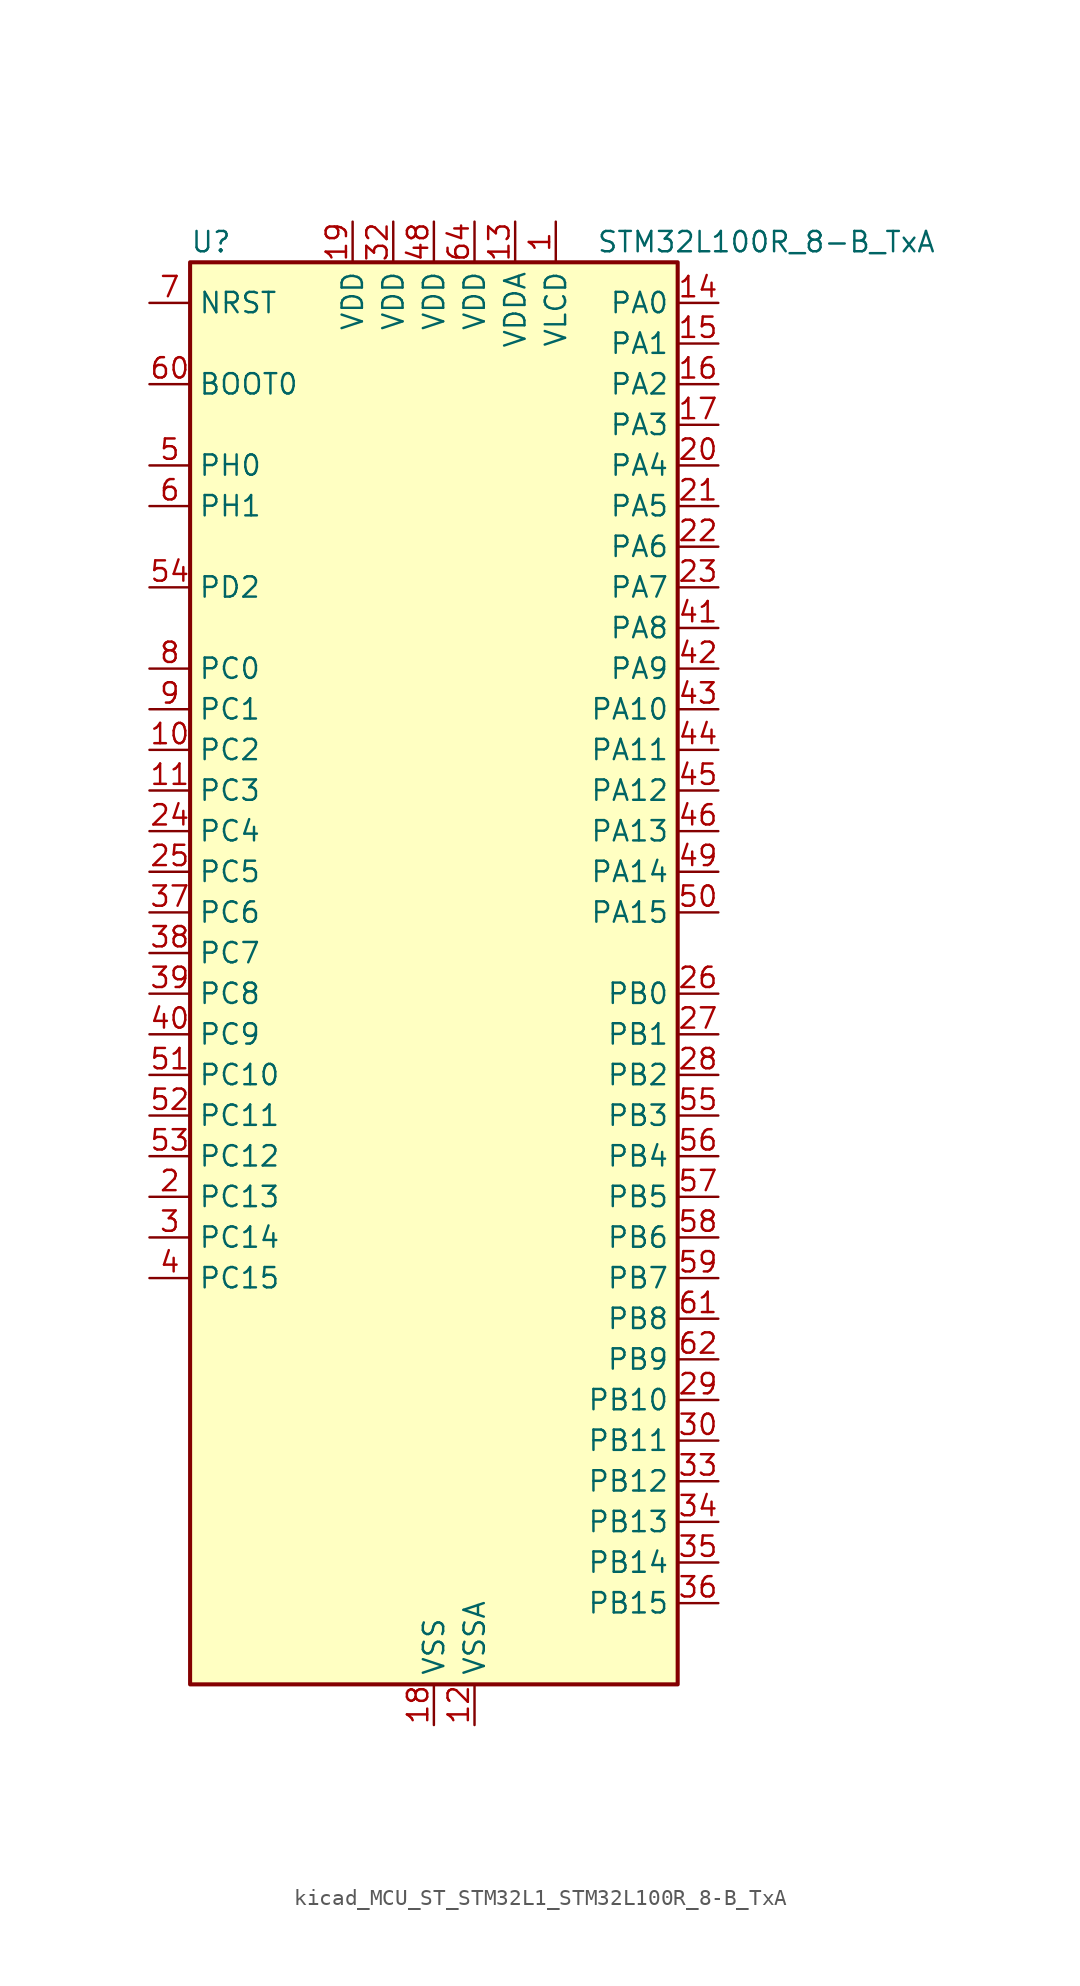
<source format=kicad_sym>
(kicad_symbol_lib
  (version 20220914)
  (generator kicad_symbol_editor)
  (symbol "kicad_MCU_ST_STM32L1_STM32L100R_8-B_TxA"
    (property "Reference" "U"
      (at -15.24 46.99 0)
      (effects (font (size 1.27 1.27)) (justify left)))
    (property "Value" "STM32L100R_8-B_TxA"
      (at 10.16 46.99 0)
      (effects (font (size 1.27 1.27)) (justify left)))
    (property "ki_locked" ""
      (at 0 0 0)
      (effects (font (size 1.27 1.27))))
    (symbol "kicad_MCU_ST_STM32L1_STM32L100R_8-B_TxA_0_1"
      (rectangle (start -15.24 -43.18) (end 15.24 45.72) (stroke (width 0.254) (type default)) (fill (type background))))
    (symbol "kicad_MCU_ST_STM32L1_STM32L100R_8-B_TxA_1_1"
      (pin power_in line (at 7.62 48.26 270) (length 2.54) (name "VLCD" (effects (font (size 1.27 1.27)))) (number "1" (effects (font (size 1.27 1.27)))))
      (pin bidirectional line (at -17.78 15.24 0) (length 2.54) (name "PC2" (effects (font (size 1.27 1.27)))) (number "10" (effects (font (size 1.27 1.27)))) (alternate "ADC_IN12" bidirectional line) (alternate "COMP1_INP" bidirectional line) (alternate "LCD_SEG20" bidirectional line) (alternate "TIMX_IC3" bidirectional line))
      (pin bidirectional line (at -17.78 12.7 0) (length 2.54) (name "PC3" (effects (font (size 1.27 1.27)))) (number "11" (effects (font (size 1.27 1.27)))) (alternate "ADC_IN13" bidirectional line) (alternate "COMP1_INP" bidirectional line) (alternate "LCD_SEG21" bidirectional line) (alternate "TIMX_IC4" bidirectional line))
      (pin power_in line (at 2.54 -45.72 90) (length 2.54) (name "VSSA" (effects (font (size 1.27 1.27)))) (number "12" (effects (font (size 1.27 1.27)))))
      (pin power_in line (at 5.08 48.26 270) (length 2.54) (name "VDDA" (effects (font (size 1.27 1.27)))) (number "13" (effects (font (size 1.27 1.27)))))
      (pin bidirectional line (at 17.78 43.18 180) (length 2.54) (name "PA0" (effects (font (size 1.27 1.27)))) (number "14" (effects (font (size 1.27 1.27)))) (alternate "ADC_IN0" bidirectional line) (alternate "COMP1_INP" bidirectional line) (alternate "RTC_TAMP2" bidirectional line) (alternate "SYS_WKUP1" bidirectional line) (alternate "TIM2_CH1" bidirectional line) (alternate "TIM2_ETR" bidirectional line) (alternate "TIMX_IC1" bidirectional line) (alternate "USART2_CTS" bidirectional line))
      (pin bidirectional line (at 17.78 40.64 180) (length 2.54) (name "PA1" (effects (font (size 1.27 1.27)))) (number "15" (effects (font (size 1.27 1.27)))) (alternate "ADC_IN1" bidirectional line) (alternate "COMP1_INP" bidirectional line) (alternate "LCD_SEG0" bidirectional line) (alternate "TIM2_CH2" bidirectional line) (alternate "TIMX_IC2" bidirectional line) (alternate "USART2_RTS" bidirectional line))
      (pin bidirectional line (at 17.78 38.1 180) (length 2.54) (name "PA2" (effects (font (size 1.27 1.27)))) (number "16" (effects (font (size 1.27 1.27)))) (alternate "ADC_IN2" bidirectional line) (alternate "COMP1_INP" bidirectional line) (alternate "LCD_SEG1" bidirectional line) (alternate "TIM2_CH3" bidirectional line) (alternate "TIM9_CH1" bidirectional line) (alternate "TIMX_IC3" bidirectional line) (alternate "USART2_TX" bidirectional line))
      (pin bidirectional line (at 17.78 35.56 180) (length 2.54) (name "PA3" (effects (font (size 1.27 1.27)))) (number "17" (effects (font (size 1.27 1.27)))) (alternate "ADC_IN3" bidirectional line) (alternate "COMP1_INP" bidirectional line) (alternate "LCD_SEG2" bidirectional line) (alternate "TIM2_CH4" bidirectional line) (alternate "TIM9_CH2" bidirectional line) (alternate "TIMX_IC4" bidirectional line) (alternate "USART2_RX" bidirectional line))
      (pin power_in line (at 0 -45.72 90) (length 2.54) (name "VSS" (effects (font (size 1.27 1.27)))) (number "18" (effects (font (size 1.27 1.27)))))
      (pin power_in line (at -5.08 48.26 270) (length 2.54) (name "VDD" (effects (font (size 1.27 1.27)))) (number "19" (effects (font (size 1.27 1.27)))))
      (pin bidirectional line (at -17.78 -12.7 0) (length 2.54) (name "PC13" (effects (font (size 1.27 1.27)))) (number "2" (effects (font (size 1.27 1.27)))) (alternate "RTC_OUT_ALARM" bidirectional line) (alternate "RTC_OUT_CALIB" bidirectional line) (alternate "RTC_TAMP1" bidirectional line) (alternate "RTC_TS" bidirectional line) (alternate "SYS_WKUP2" bidirectional line) (alternate "TIMX_IC2" bidirectional line))
      (pin bidirectional line (at 17.78 33.02 180) (length 2.54) (name "PA4" (effects (font (size 1.27 1.27)))) (number "20" (effects (font (size 1.27 1.27)))) (alternate "ADC_IN4" bidirectional line) (alternate "COMP1_INP" bidirectional line) (alternate "DAC_OUT1" bidirectional line) (alternate "SPI1_NSS" bidirectional line) (alternate "TIMX_IC1" bidirectional line) (alternate "USART2_CK" bidirectional line))
      (pin bidirectional line (at 17.78 30.48 180) (length 2.54) (name "PA5" (effects (font (size 1.27 1.27)))) (number "21" (effects (font (size 1.27 1.27)))) (alternate "ADC_IN5" bidirectional line) (alternate "COMP1_INP" bidirectional line) (alternate "DAC_OUT2" bidirectional line) (alternate "SPI1_SCK" bidirectional line) (alternate "TIM2_CH1" bidirectional line) (alternate "TIM2_ETR" bidirectional line) (alternate "TIMX_IC2" bidirectional line))
      (pin bidirectional line (at 17.78 27.94 180) (length 2.54) (name "PA6" (effects (font (size 1.27 1.27)))) (number "22" (effects (font (size 1.27 1.27)))) (alternate "ADC_IN6" bidirectional line) (alternate "COMP1_INP" bidirectional line) (alternate "LCD_SEG3" bidirectional line) (alternate "SPI1_MISO" bidirectional line) (alternate "TIM10_CH1" bidirectional line) (alternate "TIM3_CH1" bidirectional line) (alternate "TIMX_IC3" bidirectional line))
      (pin bidirectional line (at 17.78 25.4 180) (length 2.54) (name "PA7" (effects (font (size 1.27 1.27)))) (number "23" (effects (font (size 1.27 1.27)))) (alternate "ADC_IN7" bidirectional line) (alternate "COMP1_INP" bidirectional line) (alternate "LCD_SEG4" bidirectional line) (alternate "SPI1_MOSI" bidirectional line) (alternate "TIM11_CH1" bidirectional line) (alternate "TIM3_CH2" bidirectional line) (alternate "TIMX_IC4" bidirectional line))
      (pin bidirectional line (at -17.78 10.16 0) (length 2.54) (name "PC4" (effects (font (size 1.27 1.27)))) (number "24" (effects (font (size 1.27 1.27)))) (alternate "ADC_IN14" bidirectional line) (alternate "COMP1_INP" bidirectional line) (alternate "LCD_SEG22" bidirectional line) (alternate "TIMX_IC1" bidirectional line))
      (pin bidirectional line (at -17.78 7.62 0) (length 2.54) (name "PC5" (effects (font (size 1.27 1.27)))) (number "25" (effects (font (size 1.27 1.27)))) (alternate "ADC_IN15" bidirectional line) (alternate "COMP1_INP" bidirectional line) (alternate "LCD_SEG23" bidirectional line) (alternate "TIMX_IC2" bidirectional line))
      (pin bidirectional line (at 17.78 0 180) (length 2.54) (name "PB0" (effects (font (size 1.27 1.27)))) (number "26" (effects (font (size 1.27 1.27)))) (alternate "ADC_IN8" bidirectional line) (alternate "COMP1_INP" bidirectional line) (alternate "LCD_SEG5" bidirectional line) (alternate "SYS_V_REF_OUT" bidirectional line) (alternate "TIM3_CH3" bidirectional line))
      (pin bidirectional line (at 17.78 -2.54 180) (length 2.54) (name "PB1" (effects (font (size 1.27 1.27)))) (number "27" (effects (font (size 1.27 1.27)))) (alternate "ADC_IN9" bidirectional line) (alternate "COMP1_INP" bidirectional line) (alternate "LCD_SEG6" bidirectional line) (alternate "SYS_V_REF_OUT" bidirectional line) (alternate "TIM3_CH4" bidirectional line))
      (pin bidirectional line (at 17.78 -5.08 180) (length 2.54) (name "PB2" (effects (font (size 1.27 1.27)))) (number "28" (effects (font (size 1.27 1.27)))))
      (pin bidirectional line (at 17.78 -25.4 180) (length 2.54) (name "PB10" (effects (font (size 1.27 1.27)))) (number "29" (effects (font (size 1.27 1.27)))) (alternate "I2C2_SCL" bidirectional line) (alternate "LCD_SEG10" bidirectional line) (alternate "TIM2_CH3" bidirectional line) (alternate "USART3_TX" bidirectional line))
      (pin bidirectional line (at -17.78 -15.24 0) (length 2.54) (name "PC14" (effects (font (size 1.27 1.27)))) (number "3" (effects (font (size 1.27 1.27)))) (alternate "RCC_OSC32_IN" bidirectional line) (alternate "TIMX_IC3" bidirectional line))
      (pin bidirectional line (at 17.78 -27.94 180) (length 2.54) (name "PB11" (effects (font (size 1.27 1.27)))) (number "30" (effects (font (size 1.27 1.27)))) (alternate "ADC_EXTI11" bidirectional line) (alternate "I2C2_SDA" bidirectional line) (alternate "LCD_SEG11" bidirectional line) (alternate "TIM2_CH4" bidirectional line) (alternate "USART3_RX" bidirectional line))
      (pin passive line (at 0 -45.72 90) (length 2.54) hide (name "VSS" (effects (font (size 1.27 1.27)))) (number "31" (effects (font (size 1.27 1.27)))))
      (pin power_in line (at -2.54 48.26 270) (length 2.54) (name "VDD" (effects (font (size 1.27 1.27)))) (number "32" (effects (font (size 1.27 1.27)))))
      (pin bidirectional line (at 17.78 -30.48 180) (length 2.54) (name "PB12" (effects (font (size 1.27 1.27)))) (number "33" (effects (font (size 1.27 1.27)))) (alternate "ADC_IN18" bidirectional line) (alternate "COMP1_INP" bidirectional line) (alternate "I2C2_SMBA" bidirectional line) (alternate "LCD_SEG12" bidirectional line) (alternate "SPI2_NSS" bidirectional line) (alternate "TIM10_CH1" bidirectional line) (alternate "USART3_CK" bidirectional line))
      (pin bidirectional line (at 17.78 -33.02 180) (length 2.54) (name "PB13" (effects (font (size 1.27 1.27)))) (number "34" (effects (font (size 1.27 1.27)))) (alternate "ADC_IN19" bidirectional line) (alternate "COMP1_INP" bidirectional line) (alternate "LCD_SEG13" bidirectional line) (alternate "SPI2_SCK" bidirectional line) (alternate "TIM9_CH1" bidirectional line) (alternate "USART3_CTS" bidirectional line))
      (pin bidirectional line (at 17.78 -35.56 180) (length 2.54) (name "PB14" (effects (font (size 1.27 1.27)))) (number "35" (effects (font (size 1.27 1.27)))) (alternate "ADC_IN20" bidirectional line) (alternate "COMP1_INP" bidirectional line) (alternate "LCD_SEG14" bidirectional line) (alternate "SPI2_MISO" bidirectional line) (alternate "TIM9_CH2" bidirectional line) (alternate "USART3_RTS" bidirectional line))
      (pin bidirectional line (at 17.78 -38.1 180) (length 2.54) (name "PB15" (effects (font (size 1.27 1.27)))) (number "36" (effects (font (size 1.27 1.27)))) (alternate "ADC_EXTI15" bidirectional line) (alternate "ADC_IN21" bidirectional line) (alternate "COMP1_INP" bidirectional line) (alternate "LCD_SEG15" bidirectional line) (alternate "RTC_REFIN" bidirectional line) (alternate "SPI2_MOSI" bidirectional line) (alternate "TIM11_CH1" bidirectional line))
      (pin bidirectional line (at -17.78 5.08 0) (length 2.54) (name "PC6" (effects (font (size 1.27 1.27)))) (number "37" (effects (font (size 1.27 1.27)))) (alternate "LCD_SEG24" bidirectional line) (alternate "TIM3_CH1" bidirectional line) (alternate "TIMX_IC3" bidirectional line))
      (pin bidirectional line (at -17.78 2.54 0) (length 2.54) (name "PC7" (effects (font (size 1.27 1.27)))) (number "38" (effects (font (size 1.27 1.27)))) (alternate "LCD_SEG25" bidirectional line) (alternate "TIM3_CH2" bidirectional line) (alternate "TIMX_IC4" bidirectional line))
      (pin bidirectional line (at -17.78 0 0) (length 2.54) (name "PC8" (effects (font (size 1.27 1.27)))) (number "39" (effects (font (size 1.27 1.27)))) (alternate "LCD_SEG26" bidirectional line) (alternate "TIM3_CH3" bidirectional line) (alternate "TIMX_IC1" bidirectional line))
      (pin bidirectional line (at -17.78 -17.78 0) (length 2.54) (name "PC15" (effects (font (size 1.27 1.27)))) (number "4" (effects (font (size 1.27 1.27)))) (alternate "ADC_EXTI15" bidirectional line) (alternate "RCC_OSC32_OUT" bidirectional line) (alternate "TIMX_IC4" bidirectional line))
      (pin bidirectional line (at -17.78 -2.54 0) (length 2.54) (name "PC9" (effects (font (size 1.27 1.27)))) (number "40" (effects (font (size 1.27 1.27)))) (alternate "DAC_EXTI9" bidirectional line) (alternate "LCD_SEG27" bidirectional line) (alternate "TIM3_CH4" bidirectional line) (alternate "TIMX_IC2" bidirectional line))
      (pin bidirectional line (at 17.78 22.86 180) (length 2.54) (name "PA8" (effects (font (size 1.27 1.27)))) (number "41" (effects (font (size 1.27 1.27)))) (alternate "LCD_COM0" bidirectional line) (alternate "RCC_MCO" bidirectional line) (alternate "TIMX_IC1" bidirectional line) (alternate "USART1_CK" bidirectional line))
      (pin bidirectional line (at 17.78 20.32 180) (length 2.54) (name "PA9" (effects (font (size 1.27 1.27)))) (number "42" (effects (font (size 1.27 1.27)))) (alternate "DAC_EXTI9" bidirectional line) (alternate "LCD_COM1" bidirectional line) (alternate "TIMX_IC2" bidirectional line) (alternate "USART1_TX" bidirectional line))
      (pin bidirectional line (at 17.78 17.78 180) (length 2.54) (name "PA10" (effects (font (size 1.27 1.27)))) (number "43" (effects (font (size 1.27 1.27)))) (alternate "LCD_COM2" bidirectional line) (alternate "TIMX_IC3" bidirectional line) (alternate "USART1_RX" bidirectional line))
      (pin bidirectional line (at 17.78 15.24 180) (length 2.54) (name "PA11" (effects (font (size 1.27 1.27)))) (number "44" (effects (font (size 1.27 1.27)))) (alternate "ADC_EXTI11" bidirectional line) (alternate "SPI1_MISO" bidirectional line) (alternate "TIMX_IC4" bidirectional line) (alternate "USART1_CTS" bidirectional line) (alternate "USB_DM" bidirectional line))
      (pin bidirectional line (at 17.78 12.7 180) (length 2.54) (name "PA12" (effects (font (size 1.27 1.27)))) (number "45" (effects (font (size 1.27 1.27)))) (alternate "SPI1_MOSI" bidirectional line) (alternate "TIMX_IC1" bidirectional line) (alternate "USART1_RTS" bidirectional line) (alternate "USB_DP" bidirectional line))
      (pin bidirectional line (at 17.78 10.16 180) (length 2.54) (name "PA13" (effects (font (size 1.27 1.27)))) (number "46" (effects (font (size 1.27 1.27)))) (alternate "SYS_JTMS-SWDIO" bidirectional line) (alternate "TIMX_IC2" bidirectional line))
      (pin passive line (at 0 -45.72 90) (length 2.54) hide (name "VSS" (effects (font (size 1.27 1.27)))) (number "47" (effects (font (size 1.27 1.27)))))
      (pin power_in line (at 0 48.26 270) (length 2.54) (name "VDD" (effects (font (size 1.27 1.27)))) (number "48" (effects (font (size 1.27 1.27)))))
      (pin bidirectional line (at 17.78 7.62 180) (length 2.54) (name "PA14" (effects (font (size 1.27 1.27)))) (number "49" (effects (font (size 1.27 1.27)))) (alternate "SYS_JTCK-SWCLK" bidirectional line) (alternate "TIMX_IC3" bidirectional line))
      (pin bidirectional line (at -17.78 33.02 0) (length 2.54) (name "PH0" (effects (font (size 1.27 1.27)))) (number "5" (effects (font (size 1.27 1.27)))) (alternate "RCC_OSC_IN" bidirectional line))
      (pin bidirectional line (at 17.78 5.08 180) (length 2.54) (name "PA15" (effects (font (size 1.27 1.27)))) (number "50" (effects (font (size 1.27 1.27)))) (alternate "ADC_EXTI15" bidirectional line) (alternate "LCD_SEG17" bidirectional line) (alternate "SPI1_NSS" bidirectional line) (alternate "SYS_JTDI" bidirectional line) (alternate "TIM2_CH1" bidirectional line) (alternate "TIM2_ETR" bidirectional line) (alternate "TIMX_IC4" bidirectional line))
      (pin bidirectional line (at -17.78 -5.08 0) (length 2.54) (name "PC10" (effects (font (size 1.27 1.27)))) (number "51" (effects (font (size 1.27 1.27)))) (alternate "LCD_COM4" bidirectional line) (alternate "LCD_SEG28" bidirectional line) (alternate "TIMX_IC3" bidirectional line) (alternate "USART3_TX" bidirectional line))
      (pin bidirectional line (at -17.78 -7.62 0) (length 2.54) (name "PC11" (effects (font (size 1.27 1.27)))) (number "52" (effects (font (size 1.27 1.27)))) (alternate "ADC_EXTI11" bidirectional line) (alternate "LCD_COM5" bidirectional line) (alternate "LCD_SEG29" bidirectional line) (alternate "TIMX_IC4" bidirectional line) (alternate "USART3_RX" bidirectional line))
      (pin bidirectional line (at -17.78 -10.16 0) (length 2.54) (name "PC12" (effects (font (size 1.27 1.27)))) (number "53" (effects (font (size 1.27 1.27)))) (alternate "LCD_COM6" bidirectional line) (alternate "LCD_SEG30" bidirectional line) (alternate "TIMX_IC1" bidirectional line) (alternate "USART3_CK" bidirectional line))
      (pin bidirectional line (at -17.78 25.4 0) (length 2.54) (name "PD2" (effects (font (size 1.27 1.27)))) (number "54" (effects (font (size 1.27 1.27)))) (alternate "LCD_COM7" bidirectional line) (alternate "LCD_SEG31" bidirectional line) (alternate "TIM3_ETR" bidirectional line) (alternate "TIMX_IC3" bidirectional line))
      (pin bidirectional line (at 17.78 -7.62 180) (length 2.54) (name "PB3" (effects (font (size 1.27 1.27)))) (number "55" (effects (font (size 1.27 1.27)))) (alternate "COMP2_INM" bidirectional line) (alternate "LCD_SEG7" bidirectional line) (alternate "SPI1_SCK" bidirectional line) (alternate "SYS_JTDO-TRACESWO" bidirectional line) (alternate "TIM2_CH2" bidirectional line))
      (pin bidirectional line (at 17.78 -10.16 180) (length 2.54) (name "PB4" (effects (font (size 1.27 1.27)))) (number "56" (effects (font (size 1.27 1.27)))) (alternate "COMP2_INP" bidirectional line) (alternate "LCD_SEG8" bidirectional line) (alternate "SPI1_MISO" bidirectional line) (alternate "SYS_JTRST" bidirectional line) (alternate "TIM3_CH1" bidirectional line))
      (pin bidirectional line (at 17.78 -12.7 180) (length 2.54) (name "PB5" (effects (font (size 1.27 1.27)))) (number "57" (effects (font (size 1.27 1.27)))) (alternate "COMP2_INP" bidirectional line) (alternate "I2C1_SMBA" bidirectional line) (alternate "LCD_SEG9" bidirectional line) (alternate "SPI1_MOSI" bidirectional line) (alternate "TIM3_CH2" bidirectional line))
      (pin bidirectional line (at 17.78 -15.24 180) (length 2.54) (name "PB6" (effects (font (size 1.27 1.27)))) (number "58" (effects (font (size 1.27 1.27)))) (alternate "I2C1_SCL" bidirectional line) (alternate "TIM4_CH1" bidirectional line) (alternate "USART1_TX" bidirectional line))
      (pin bidirectional line (at 17.78 -17.78 180) (length 2.54) (name "PB7" (effects (font (size 1.27 1.27)))) (number "59" (effects (font (size 1.27 1.27)))) (alternate "I2C1_SDA" bidirectional line) (alternate "SYS_PVD_IN" bidirectional line) (alternate "TIM4_CH2" bidirectional line) (alternate "USART1_RX" bidirectional line))
      (pin bidirectional line (at -17.78 30.48 0) (length 2.54) (name "PH1" (effects (font (size 1.27 1.27)))) (number "6" (effects (font (size 1.27 1.27)))) (alternate "RCC_OSC_OUT" bidirectional line))
      (pin input line (at -17.78 38.1 0) (length 2.54) (name "BOOT0" (effects (font (size 1.27 1.27)))) (number "60" (effects (font (size 1.27 1.27)))))
      (pin bidirectional line (at 17.78 -20.32 180) (length 2.54) (name "PB8" (effects (font (size 1.27 1.27)))) (number "61" (effects (font (size 1.27 1.27)))) (alternate "I2C1_SCL" bidirectional line) (alternate "LCD_SEG16" bidirectional line) (alternate "TIM10_CH1" bidirectional line) (alternate "TIM4_CH3" bidirectional line))
      (pin bidirectional line (at 17.78 -22.86 180) (length 2.54) (name "PB9" (effects (font (size 1.27 1.27)))) (number "62" (effects (font (size 1.27 1.27)))) (alternate "DAC_EXTI9" bidirectional line) (alternate "I2C1_SDA" bidirectional line) (alternate "LCD_COM3" bidirectional line) (alternate "TIM11_CH1" bidirectional line) (alternate "TIM4_CH4" bidirectional line))
      (pin passive line (at 0 -45.72 90) (length 2.54) hide (name "VSS" (effects (font (size 1.27 1.27)))) (number "63" (effects (font (size 1.27 1.27)))))
      (pin power_in line (at 2.54 48.26 270) (length 2.54) (name "VDD" (effects (font (size 1.27 1.27)))) (number "64" (effects (font (size 1.27 1.27)))))
      (pin input line (at -17.78 43.18 0) (length 2.54) (name "NRST" (effects (font (size 1.27 1.27)))) (number "7" (effects (font (size 1.27 1.27)))))
      (pin bidirectional line (at -17.78 20.32 0) (length 2.54) (name "PC0" (effects (font (size 1.27 1.27)))) (number "8" (effects (font (size 1.27 1.27)))) (alternate "ADC_IN10" bidirectional line) (alternate "COMP1_INP" bidirectional line) (alternate "LCD_SEG18" bidirectional line) (alternate "TIMX_IC1" bidirectional line))
      (pin bidirectional line (at -17.78 17.78 0) (length 2.54) (name "PC1" (effects (font (size 1.27 1.27)))) (number "9" (effects (font (size 1.27 1.27)))) (alternate "ADC_IN11" bidirectional line) (alternate "COMP1_INP" bidirectional line) (alternate "LCD_SEG19" bidirectional line) (alternate "TIMX_IC2" bidirectional line)))))
</source>
